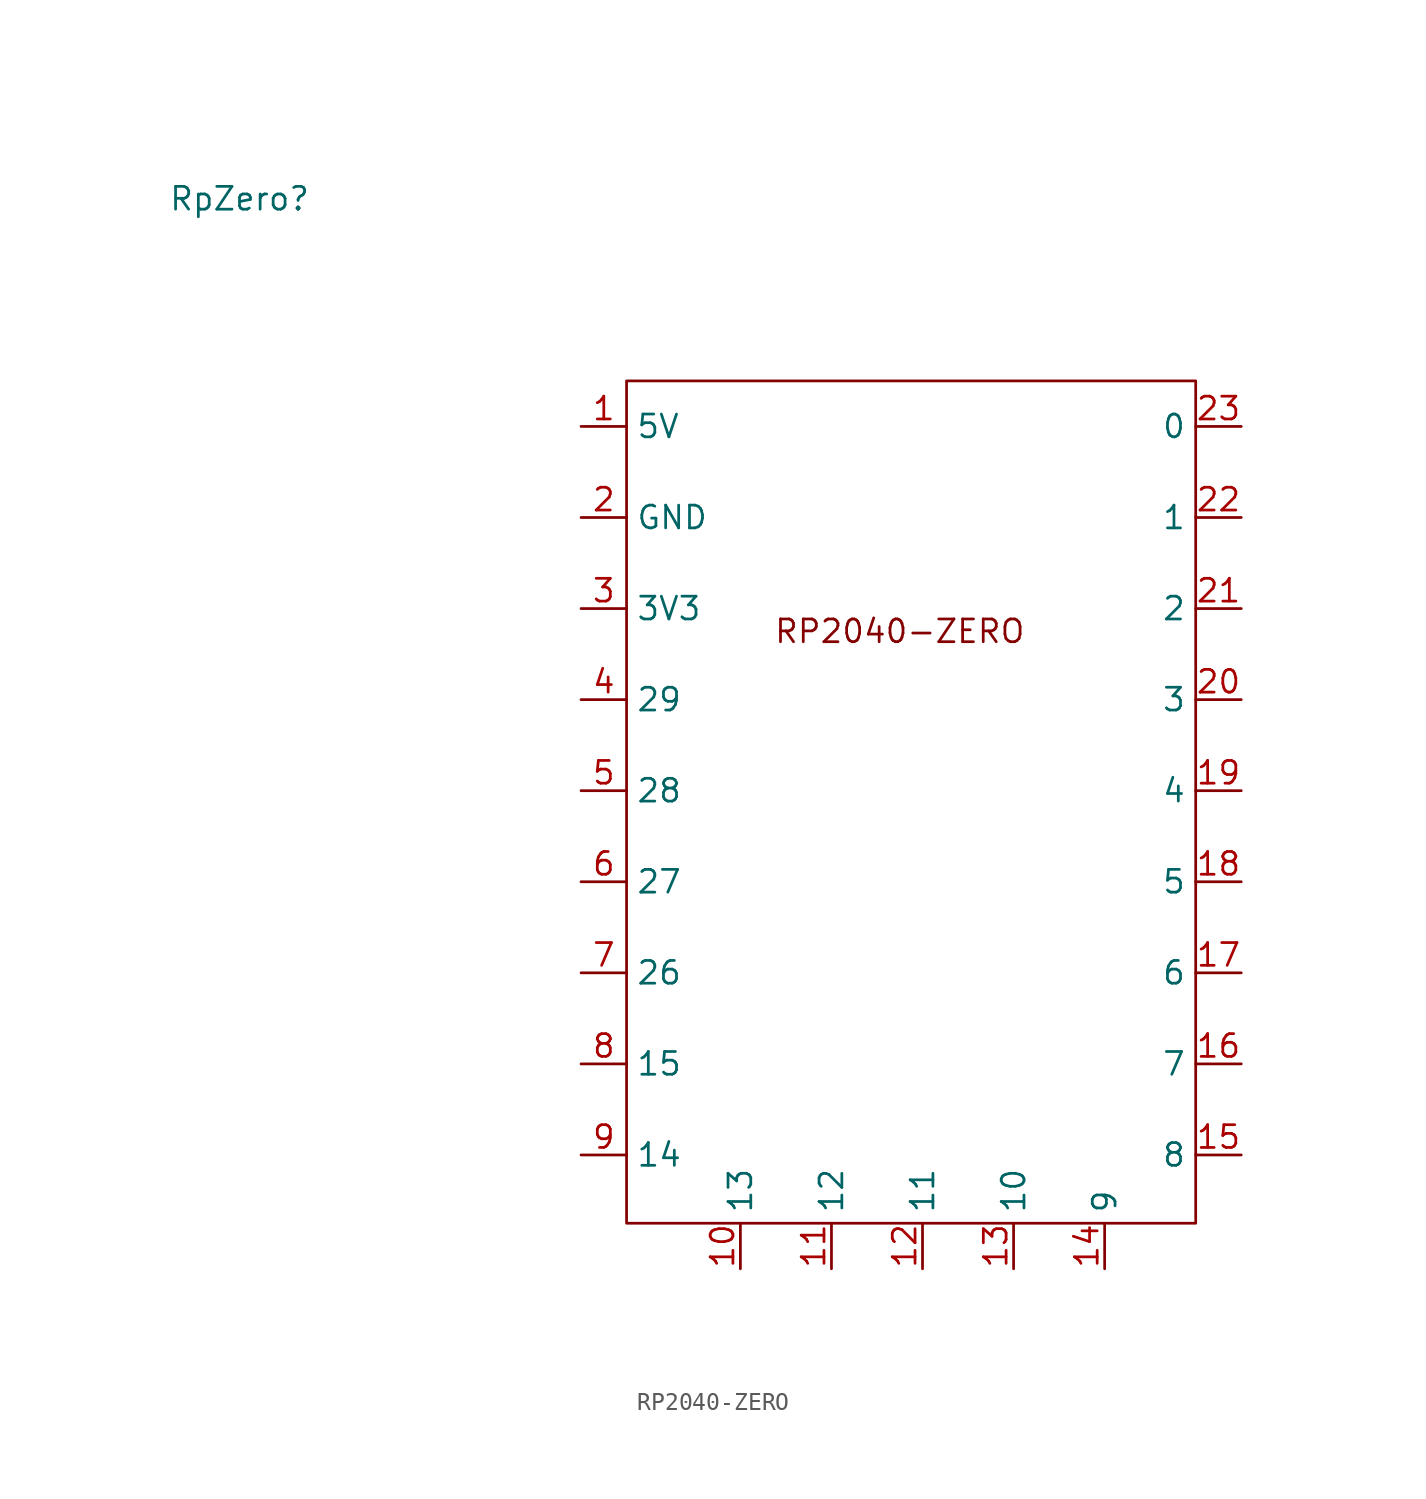
<source format=kicad_sym>
(kicad_symbol_lib
  (version 20220914)
  (generator kicad_symbol_editor)
  (symbol "RP2040-ZERO"
    (property "Reference" "RpZero"
      (at 0 0 0)
      (effects (font (size 1.27 1.27))))
    (property "Value" ""
      (at 0 0 0)
      (effects (font (size 1.27 1.27))))
    (symbol "RP2040-ZERO_0_1"
      (rectangle (start 21.59 -10.16) (end 53.34 -57.15) (stroke (width 0) (type default)) (fill (type none))))
    (symbol "RP2040-ZERO_1_1"
      (text "RP2040-ZERO\n" (at 36.83 -24.13 0) (effects (font (size 1.27 1.27))))
      (pin power_in line (at 19.05 -12.7 0) (length 2.54) (name "5V" (effects (font (size 1.27 1.27)))) (number "1" (effects (font (size 1.27 1.27)))))
      (pin bidirectional line (at 27.94 -59.69 90) (length 2.54) (name "13" (effects (font (size 1.27 1.27)))) (number "10" (effects (font (size 1.27 1.27)))))
      (pin bidirectional line (at 33.02 -59.69 90) (length 2.54) (name "12" (effects (font (size 1.27 1.27)))) (number "11" (effects (font (size 1.27 1.27)))))
      (pin bidirectional line (at 38.1 -59.69 90) (length 2.54) (name "11" (effects (font (size 1.27 1.27)))) (number "12" (effects (font (size 1.27 1.27)))))
      (pin bidirectional line (at 43.18 -59.69 90) (length 2.54) (name "10" (effects (font (size 1.27 1.27)))) (number "13" (effects (font (size 1.27 1.27)))))
      (pin bidirectional line (at 48.26 -59.69 90) (length 2.54) (name "9" (effects (font (size 1.27 1.27)))) (number "14" (effects (font (size 1.27 1.27)))))
      (pin bidirectional line (at 55.88 -53.34 180) (length 2.54) (name "8" (effects (font (size 1.27 1.27)))) (number "15" (effects (font (size 1.27 1.27)))))
      (pin bidirectional line (at 55.88 -48.26 180) (length 2.54) (name "7" (effects (font (size 1.27 1.27)))) (number "16" (effects (font (size 1.27 1.27)))))
      (pin bidirectional line (at 55.88 -43.18 180) (length 2.54) (name "6" (effects (font (size 1.27 1.27)))) (number "17" (effects (font (size 1.27 1.27)))))
      (pin bidirectional line (at 55.88 -38.1 180) (length 2.54) (name "5" (effects (font (size 1.27 1.27)))) (number "18" (effects (font (size 1.27 1.27)))))
      (pin bidirectional line (at 55.88 -33.02 180) (length 2.54) (name "4" (effects (font (size 1.27 1.27)))) (number "19" (effects (font (size 1.27 1.27)))))
      (pin power_in line (at 19.05 -17.78 0) (length 2.54) (name "GND" (effects (font (size 1.27 1.27)))) (number "2" (effects (font (size 1.27 1.27)))))
      (pin bidirectional line (at 55.88 -27.94 180) (length 2.54) (name "3" (effects (font (size 1.27 1.27)))) (number "20" (effects (font (size 1.27 1.27)))))
      (pin bidirectional line (at 55.88 -22.86 180) (length 2.54) (name "2" (effects (font (size 1.27 1.27)))) (number "21" (effects (font (size 1.27 1.27)))))
      (pin bidirectional line (at 55.88 -17.78 180) (length 2.54) (name "1" (effects (font (size 1.27 1.27)))) (number "22" (effects (font (size 1.27 1.27)))))
      (pin bidirectional line (at 55.88 -12.7 180) (length 2.54) (name "0" (effects (font (size 1.27 1.27)))) (number "23" (effects (font (size 1.27 1.27)))))
      (pin power_in line (at 19.05 -22.86 0) (length 2.54) (name "3V3" (effects (font (size 1.27 1.27)))) (number "3" (effects (font (size 1.27 1.27)))))
      (pin bidirectional line (at 19.05 -27.94 0) (length 2.54) (name "29" (effects (font (size 1.27 1.27)))) (number "4" (effects (font (size 1.27 1.27)))))
      (pin bidirectional line (at 19.05 -33.02 0) (length 2.54) (name "28" (effects (font (size 1.27 1.27)))) (number "5" (effects (font (size 1.27 1.27)))))
      (pin bidirectional line (at 19.05 -38.1 0) (length 2.54) (name "27" (effects (font (size 1.27 1.27)))) (number "6" (effects (font (size 1.27 1.27)))))
      (pin bidirectional line (at 19.05 -43.18 0) (length 2.54) (name "26" (effects (font (size 1.27 1.27)))) (number "7" (effects (font (size 1.27 1.27)))))
      (pin bidirectional line (at 19.05 -48.26 0) (length 2.54) (name "15" (effects (font (size 1.27 1.27)))) (number "8" (effects (font (size 1.27 1.27)))))
      (pin bidirectional line (at 19.05 -53.34 0) (length 2.54) (name "14" (effects (font (size 1.27 1.27)))) (number "9" (effects (font (size 1.27 1.27))))))))
</source>
